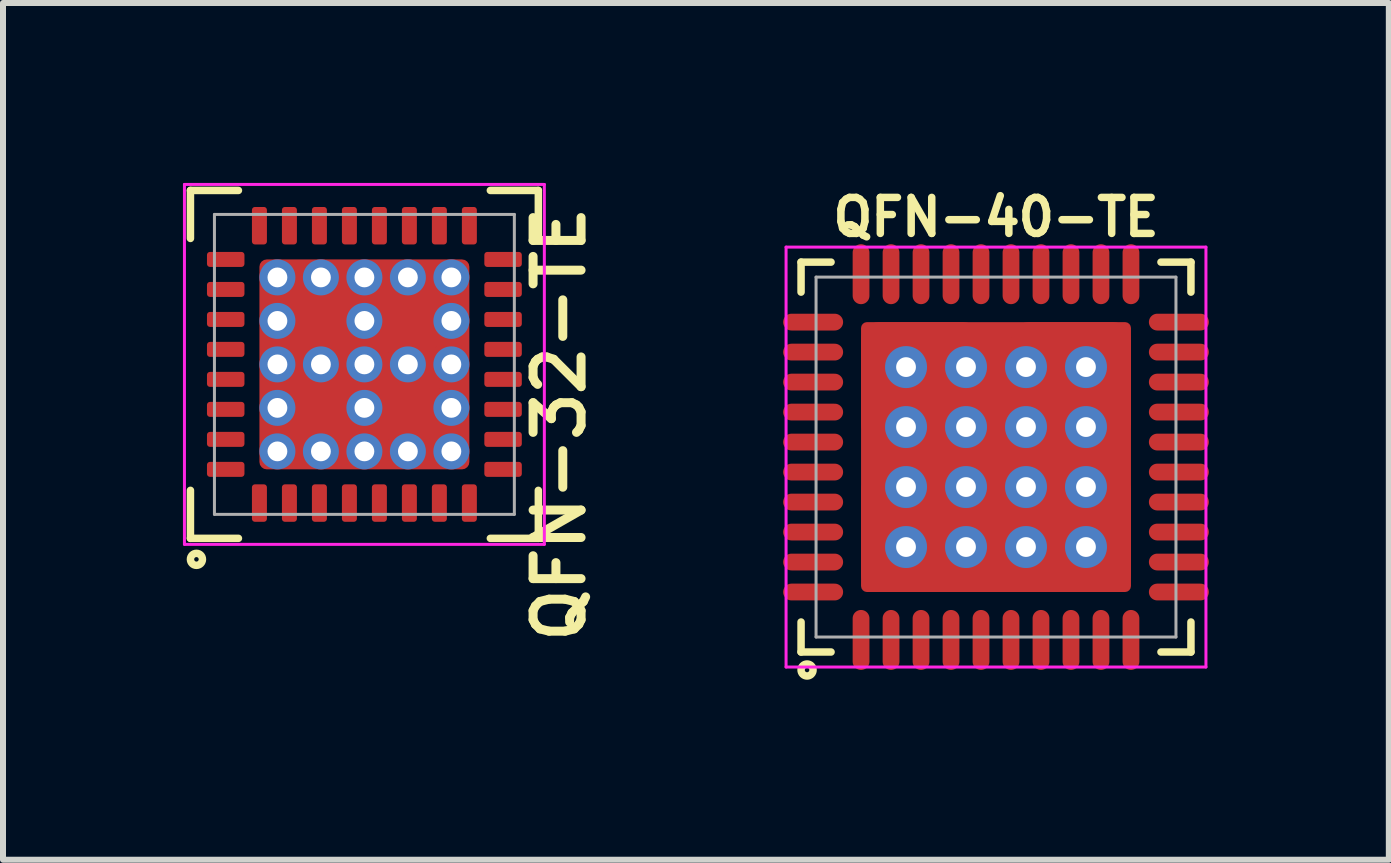
<source format=kicad_pcb>
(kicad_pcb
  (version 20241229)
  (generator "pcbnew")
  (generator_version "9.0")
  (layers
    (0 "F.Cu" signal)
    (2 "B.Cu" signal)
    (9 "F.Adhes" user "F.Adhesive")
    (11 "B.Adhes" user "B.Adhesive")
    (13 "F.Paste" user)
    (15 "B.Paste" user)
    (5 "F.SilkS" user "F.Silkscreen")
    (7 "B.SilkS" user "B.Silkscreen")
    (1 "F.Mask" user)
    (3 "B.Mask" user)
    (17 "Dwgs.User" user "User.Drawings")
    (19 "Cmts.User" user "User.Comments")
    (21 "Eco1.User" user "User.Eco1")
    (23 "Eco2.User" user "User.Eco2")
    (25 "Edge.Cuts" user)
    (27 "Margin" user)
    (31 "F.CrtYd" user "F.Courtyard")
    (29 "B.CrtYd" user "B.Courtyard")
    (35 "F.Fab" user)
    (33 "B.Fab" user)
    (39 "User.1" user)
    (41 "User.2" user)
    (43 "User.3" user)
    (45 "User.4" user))
  (footprint "QFN-40-TE"
    (layer "F.Cu")
    (at 13.555 4.57)
    (property "Reference" "QFN-40-TE" (at 0 -4 0) (layer "F.SilkS") (effects (font (size 0.6 0.6) (thickness 0.125))))
    (attr smd)
    (fp_line (start -3.25 -3.25) (end -2.75 -3.25) (stroke (width 0.125) (type solid)) (layer "F.SilkS"))
    (fp_line (start -3.25 -2.75) (end -3.25 -3.25) (stroke (width 0.125) (type solid)) (layer "F.SilkS"))
    (fp_line (start -3.25 3.25) (end -3.25 2.75) (stroke (width 0.125) (type solid)) (layer "F.SilkS"))
    (fp_line (start -2.75 3.25) (end -3.25 3.25) (stroke (width 0.125) (type solid)) (layer "F.SilkS"))
    (fp_line (start 2.75 -3.25) (end 3.25 -3.25) (stroke (width 0.125) (type solid)) (layer "F.SilkS"))
    (fp_line (start 3.25 -3.25) (end 3.25 -2.75) (stroke (width 0.125) (type solid)) (layer "F.SilkS"))
    (fp_line (start 3.25 2.75) (end 3.25 3.25) (stroke (width 0.125) (type solid)) (layer "F.SilkS"))
    (fp_line (start 3.25 3.25) (end 2.75 3.25) (stroke (width 0.125) (type solid)) (layer "F.SilkS"))
    (fp_circle (center -3.15 3.55) (end -3.25 3.55) (stroke (width 0.125) (type solid)) (fill no) (layer "F.SilkS"))
    (fp_line (start -3.5 -3.5) (end 3.5 -3.5) (stroke (width 0.05) (type solid)) (layer "F.CrtYd"))
    (fp_line (start -3.5 3.5) (end -3.5 -3.5) (stroke (width 0.05) (type solid)) (layer "F.CrtYd"))
    (fp_line (start 3.5 -3.5) (end 3.5 3.5) (stroke (width 0.05) (type solid)) (layer "F.CrtYd"))
    (fp_line (start 3.5 3.5) (end -3.5 3.5) (stroke (width 0.05) (type solid)) (layer "F.CrtYd"))
    (fp_line (start -3 -3) (end 3 -3) (stroke (width 0.05) (type solid)) (layer "F.Fab"))
    (fp_line (start -3 3) (end -3 -3) (stroke (width 0.05) (type solid)) (layer "F.Fab"))
    (fp_line (start 3 -3) (end 3 3) (stroke (width 0.05) (type solid)) (layer "F.Fab"))
    (fp_line (start 3 3) (end -3 3) (stroke (width 0.05) (type solid)) (layer "F.Fab"))
    (pad "1" smd oval (at -2.25 3.049) (size 0.28 1) (layers "F.Cu" "F.Mask" "F.Paste"))
    (pad "2" smd oval (at -1.75 3.049) (size 0.28 1) (layers "F.Cu" "F.Mask" "F.Paste"))
    (pad "3" smd oval (at -1.25 3.049) (size 0.28 1) (layers "F.Cu" "F.Mask" "F.Paste"))
    (pad "4" smd oval (at -0.75 3.049) (size 0.28 1) (layers "F.Cu" "F.Mask" "F.Paste"))
    (pad "5" smd oval (at -0.25 3.049) (size 0.28 1) (layers "F.Cu" "F.Mask" "F.Paste"))
    (pad "6" smd oval (at 0.25 3.049) (size 0.28 1) (layers "F.Cu" "F.Mask" "F.Paste"))
    (pad "7" smd oval (at 0.75 3.049) (size 0.28 1) (layers "F.Cu" "F.Mask" "F.Paste"))
    (pad "8" smd oval (at 1.25 3.049) (size 0.28 1) (layers "F.Cu" "F.Mask" "F.Paste"))
    (pad "9" smd oval (at 1.75 3.049) (size 0.28 1) (layers "F.Cu" "F.Mask" "F.Paste"))
    (pad "10" smd oval (at 2.25 3.049) (size 0.28 1) (layers "F.Cu" "F.Mask" "F.Paste"))
    (pad "11" smd oval (at 3.049 2.25 90) (size 0.28 1) (layers "F.Cu" "F.Mask" "F.Paste"))
    (pad "12" smd oval (at 3.049 1.75 90) (size 0.28 1) (layers "F.Cu" "F.Mask" "F.Paste"))
    (pad "13" smd oval (at 3.049 1.25 90) (size 0.28 1) (layers "F.Cu" "F.Mask" "F.Paste"))
    (pad "14" smd oval (at 3.049 0.75 90) (size 0.28 1) (layers "F.Cu" "F.Mask" "F.Paste"))
    (pad "15" smd oval (at 3.049 0.25 90) (size 0.28 1) (layers "F.Cu" "F.Mask" "F.Paste"))
    (pad "16" smd oval (at 3.049 -0.25 90) (size 0.28 1) (layers "F.Cu" "F.Mask" "F.Paste"))
    (pad "17" smd oval (at 3.049 -0.75 90) (size 0.28 1) (layers "F.Cu" "F.Mask" "F.Paste"))
    (pad "18" smd oval (at 3.049 -1.25 90) (size 0.28 1) (layers "F.Cu" "F.Mask" "F.Paste"))
    (pad "19" smd oval (at 3.049 -1.75 90) (size 0.28 1) (layers "F.Cu" "F.Mask" "F.Paste"))
    (pad "20" smd oval (at 3.049 -2.25 90) (size 0.28 1) (layers "F.Cu" "F.Mask" "F.Paste"))
    (pad "21" smd oval (at 2.25 -3.049) (size 0.28 1) (layers "F.Cu" "F.Mask" "F.Paste"))
    (pad "22" smd oval (at 1.75 -3.049) (size 0.28 1) (layers "F.Cu" "F.Mask" "F.Paste"))
    (pad "23" smd oval (at 1.25 -3.049) (size 0.28 1) (layers "F.Cu" "F.Mask" "F.Paste"))
    (pad "24" smd oval (at 0.75 -3.049) (size 0.28 1) (layers "F.Cu" "F.Mask" "F.Paste"))
    (pad "25" smd oval (at 0.25 -3.049) (size 0.28 1) (layers "F.Cu" "F.Mask" "F.Paste"))
    (pad "26" smd oval (at -0.25 -3.049) (size 0.28 1) (layers "F.Cu" "F.Mask" "F.Paste"))
    (pad "27" smd oval (at -0.75 -3.049) (size 0.28 1) (layers "F.Cu" "F.Mask" "F.Paste"))
    (pad "28" smd oval (at -1.25 -3.049) (size 0.28 1) (layers "F.Cu" "F.Mask" "F.Paste"))
    (pad "29" smd oval (at -1.75 -3.049) (size 0.28 1) (layers "F.Cu" "F.Mask" "F.Paste"))
    (pad "30" smd oval (at -2.25 -3.049) (size 0.28 1) (layers "F.Cu" "F.Mask" "F.Paste"))
    (pad "31" smd oval (at -3.049 -2.25 90) (size 0.28 1) (layers "F.Cu" "F.Mask" "F.Paste"))
    (pad "32" smd oval (at -3.049 -1.75 90) (size 0.28 1) (layers "F.Cu" "F.Mask" "F.Paste"))
    (pad "33" smd oval (at -3.049 -1.25 90) (size 0.28 1) (layers "F.Cu" "F.Mask" "F.Paste"))
    (pad "34" smd oval (at -3.049 -0.75 90) (size 0.28 1) (layers "F.Cu" "F.Mask" "F.Paste"))
    (pad "35" smd oval (at -3.049 -0.25 90) (size 0.28 1) (layers "F.Cu" "F.Mask" "F.Paste"))
    (pad "36" smd oval (at -3.049 0.25 90) (size 0.28 1) (layers "F.Cu" "F.Mask" "F.Paste"))
    (pad "37" smd oval (at -3.049 0.75 90) (size 0.28 1) (layers "F.Cu" "F.Mask" "F.Paste"))
    (pad "38" smd oval (at -3.049 1.25 90) (size 0.28 1) (layers "F.Cu" "F.Mask" "F.Paste"))
    (pad "39" smd oval (at -3.049 1.75 90) (size 0.28 1) (layers "F.Cu" "F.Mask" "F.Paste"))
    (pad "40" smd oval (at -3.049 2.25 90) (size 0.28 1) (layers "F.Cu" "F.Mask" "F.Paste"))
    (pad "41" thru_hole circle (at -1.5 -1.5) (size 0.7 0.7) (drill 0.33) (layers "*.Cu"))
    (pad "41" thru_hole circle (at -1.5 -0.5) (size 0.7 0.7) (drill 0.33) (layers "*.Cu"))
    (pad "41" thru_hole circle (at -1.5 0.5) (size 0.7 0.7) (drill 0.33) (layers "*.Cu"))
    (pad "41" thru_hole circle (at -1.5 1.5) (size 0.7 0.7) (drill 0.33) (layers "*.Cu"))
    (pad "41" smd roundrect (at -1.25 -1.25) (size 2 2) (layers "F.Cu" "F.Paste") (roundrect_rratio 0.15))
    (pad "41" smd roundrect (at -1.25 1.25) (size 2 2) (layers "F.Cu" "F.Paste") (roundrect_rratio 0.15))
    (pad "41" thru_hole circle (at -0.5 -1.5) (size 0.7 0.7) (drill 0.33) (layers "*.Cu"))
    (pad "41" thru_hole circle (at -0.5 -0.5) (size 0.7 0.7) (drill 0.33) (layers "*.Cu"))
    (pad "41" thru_hole circle (at -0.5 0.5) (size 0.7 0.7) (drill 0.33) (layers "*.Cu"))
    (pad "41" thru_hole circle (at -0.5 1.5) (size 0.7 0.7) (drill 0.33) (layers "*.Cu"))
    (pad "41" smd roundrect (at 0 0) (size 4.5 4.5) (layers "F.Cu" "F.Mask") (roundrect_rratio 0.022))
    (pad "41" thru_hole circle (at 0.5 -1.5) (size 0.7 0.7) (drill 0.33) (layers "*.Cu"))
    (pad "41" thru_hole circle (at 0.5 -0.5) (size 0.7 0.7) (drill 0.33) (layers "*.Cu"))
    (pad "41" thru_hole circle (at 0.5 0.5) (size 0.7 0.7) (drill 0.33) (layers "*.Cu"))
    (pad "41" thru_hole circle (at 0.5 1.5) (size 0.7 0.7) (drill 0.33) (layers "*.Cu"))
    (pad "41" smd roundrect (at 1.25 -1.25) (size 2 2) (layers "F.Cu" "F.Paste") (roundrect_rratio 0.15))
    (pad "41" smd roundrect (at 1.25 1.25) (size 2 2) (layers "F.Cu" "F.Paste") (roundrect_rratio 0.15))
    (pad "41" thru_hole circle (at 1.5 -1.5) (size 0.7 0.7) (drill 0.33) (layers "*.Cu"))
    (pad "41" thru_hole circle (at 1.5 -0.5) (size 0.7 0.7) (drill 0.33) (layers "*.Cu"))
    (pad "41" thru_hole circle (at 1.5 0.5) (size 0.7 0.7) (drill 0.33) (layers "*.Cu"))
    (pad "41" thru_hole circle (at 1.5 1.5) (size 0.7 0.7) (drill 0.33) (layers "*.Cu")))
  (footprint "QFN-32-TE"
    (layer "F.Cu")
    (at 3.025 3.025)
    (property "Reference" "QFN-32-TE" (at 3.25 1 90) (layer "F.SilkS") (effects (font (size 0.8 0.8) (thickness 0.15))))
    (attr smd)
    (fp_line (start -2.9 -2.9) (end -2.9 -2.1) (stroke (width 0.125) (type solid)) (layer "F.SilkS"))
    (fp_line (start -2.9 2.9) (end -2.9 2.1) (stroke (width 0.125) (type solid)) (layer "F.SilkS"))
    (fp_line (start -2.1 -2.9) (end -2.9 -2.9) (stroke (width 0.125) (type solid)) (layer "F.SilkS"))
    (fp_line (start -2.1 2.9) (end -2.9 2.9) (stroke (width 0.125) (type solid)) (layer "F.SilkS"))
    (fp_line (start 2.1 -2.9) (end 2.9 -2.9) (stroke (width 0.125) (type solid)) (layer "F.SilkS"))
    (fp_line (start 2.9 -2.9) (end 2.9 -2.1) (stroke (width 0.125) (type solid)) (layer "F.SilkS"))
    (fp_line (start 2.9 2.1) (end 2.9 2.9) (stroke (width 0.125) (type solid)) (layer "F.SilkS"))
    (fp_line (start 2.9 2.9) (end 2.1 2.9) (stroke (width 0.125) (type solid)) (layer "F.SilkS"))
    (fp_circle (center -2.8 3.25) (end -2.9 3.25) (stroke (width 0.125) (type solid)) (fill no) (layer "F.SilkS"))
    (fp_line (start -3 -3) (end 3 -3) (stroke (width 0.05) (type solid)) (layer "F.CrtYd"))
    (fp_line (start -3 3) (end -3 -3) (stroke (width 0.05) (type solid)) (layer "F.CrtYd"))
    (fp_line (start 3 -3) (end 3 3) (stroke (width 0.05) (type solid)) (layer "F.CrtYd"))
    (fp_line (start 3 3) (end -3 3) (stroke (width 0.05) (type solid)) (layer "F.CrtYd"))
    (fp_line (start -2.5 -2.5) (end 2.5 -2.5) (stroke (width 0.05) (type solid)) (layer "F.Fab"))
    (fp_line (start -2.5 2.5) (end -2.5 -2.5) (stroke (width 0.05) (type solid)) (layer "F.Fab"))
    (fp_line (start 2.5 -2.5) (end 2.5 2.5) (stroke (width 0.05) (type solid)) (layer "F.Fab"))
    (fp_line (start 2.5 2.5) (end -2.5 2.5) (stroke (width 0.05) (type solid)) (layer "F.Fab"))
    (pad "" smd oval (at -2.4 -1.75 90) (size 0.25 0.45) (layers "F.Paste"))
    (pad "" smd oval (at -2.4 -1.25 90) (size 0.25 0.45) (layers "F.Paste"))
    (pad "" smd oval (at -2.4 -0.75 90) (size 0.25 0.45) (layers "F.Paste"))
    (pad "" smd oval (at -2.4 -0.25 90) (size 0.25 0.45) (layers "F.Paste"))
    (pad "" smd oval (at -2.4 0.25 90) (size 0.25 0.45) (layers "F.Paste"))
    (pad "" smd oval (at -2.4 0.75 90) (size 0.25 0.45) (layers "F.Paste"))
    (pad "" smd oval (at -2.4 1.25 90) (size 0.25 0.45) (layers "F.Paste"))
    (pad "" smd oval (at -2.4 1.75 90) (size 0.25 0.45) (layers "F.Paste"))
    (pad "" smd oval (at -1.75 -2.4) (size 0.25 0.45) (layers "F.Paste"))
    (pad "" smd oval (at -1.75 2.4) (size 0.25 0.45) (layers "F.Paste"))
    (pad "" smd oval (at -1.25 -2.4) (size 0.25 0.45) (layers "F.Paste"))
    (pad "" smd oval (at -1.25 2.4) (size 0.25 0.45) (layers "F.Paste"))
    (pad "" smd oval (at -0.75 -2.4) (size 0.25 0.45) (layers "F.Paste"))
    (pad "" smd oval (at -0.75 2.4) (size 0.25 0.45) (layers "F.Paste"))
    (pad "" smd oval (at -0.25 -2.4) (size 0.25 0.45) (layers "F.Paste"))
    (pad "" smd oval (at -0.25 2.4) (size 0.25 0.45) (layers "F.Paste"))
    (pad "" smd oval (at 0.25 -2.4) (size 0.25 0.45) (layers "F.Paste"))
    (pad "" smd oval (at 0.25 2.4) (size 0.25 0.45) (layers "F.Paste"))
    (pad "" smd oval (at 0.75 -2.4) (size 0.25 0.45) (layers "F.Paste"))
    (pad "" smd oval (at 0.75 2.4) (size 0.25 0.45) (layers "F.Paste"))
    (pad "" smd oval (at 1.25 -2.4) (size 0.25 0.45) (layers "F.Paste"))
    (pad "" smd oval (at 1.25 2.4) (size 0.25 0.45) (layers "F.Paste"))
    (pad "" smd oval (at 1.75 -2.4) (size 0.25 0.45) (layers "F.Paste"))
    (pad "" smd oval (at 1.75 2.4) (size 0.25 0.45) (layers "F.Paste"))
    (pad "" smd oval (at 2.4 -1.75 90) (size 0.25 0.45) (layers "F.Paste"))
    (pad "" smd oval (at 2.4 -1.25 90) (size 0.25 0.45) (layers "F.Paste"))
    (pad "" smd oval (at 2.4 -0.75 90) (size 0.25 0.45) (layers "F.Paste"))
    (pad "" smd oval (at 2.4 -0.25 90) (size 0.25 0.45) (layers "F.Paste"))
    (pad "" smd oval (at 2.4 0.25 90) (size 0.25 0.45) (layers "F.Paste"))
    (pad "" smd oval (at 2.4 0.75 90) (size 0.25 0.45) (layers "F.Paste"))
    (pad "" smd oval (at 2.4 1.25 90) (size 0.25 0.45) (layers "F.Paste"))
    (pad "" smd oval (at 2.4 1.75 90) (size 0.25 0.45) (layers "F.Paste"))
    (pad "1" smd roundrect (at -1.75 2.312) (size 0.25 0.625) (layers "F.Cu" "F.Mask") (roundrect_rratio 0.2))
    (pad "2" smd roundrect (at -1.25 2.312) (size 0.25 0.625) (layers "F.Cu" "F.Mask") (roundrect_rratio 0.2))
    (pad "3" smd roundrect (at -0.75 2.312) (size 0.25 0.625) (layers "F.Cu" "F.Mask") (roundrect_rratio 0.2))
    (pad "4" smd roundrect (at -0.25 2.312) (size 0.25 0.625) (layers "F.Cu" "F.Mask") (roundrect_rratio 0.2))
    (pad "5" smd roundrect (at 0.25 2.312) (size 0.25 0.625) (layers "F.Cu" "F.Mask") (roundrect_rratio 0.2))
    (pad "6" smd roundrect (at 0.75 2.312) (size 0.25 0.625) (layers "F.Cu" "F.Mask") (roundrect_rratio 0.2))
    (pad "7" smd roundrect (at 1.25 2.312) (size 0.25 0.625) (layers "F.Cu" "F.Mask") (roundrect_rratio 0.2))
    (pad "8" smd roundrect (at 1.75 2.312) (size 0.25 0.625) (layers "F.Cu" "F.Mask") (roundrect_rratio 0.2))
    (pad "9" smd roundrect (at 2.312 1.75 90) (size 0.25 0.625) (layers "F.Cu" "F.Mask") (roundrect_rratio 0.2))
    (pad "10" smd roundrect (at 2.312 1.25 90) (size 0.25 0.625) (layers "F.Cu" "F.Mask") (roundrect_rratio 0.2))
    (pad "11" smd roundrect (at 2.312 0.75 90) (size 0.25 0.625) (layers "F.Cu" "F.Mask") (roundrect_rratio 0.2))
    (pad "12" smd roundrect (at 2.312 0.25 90) (size 0.25 0.625) (layers "F.Cu" "F.Mask") (roundrect_rratio 0.2))
    (pad "13" smd roundrect (at 2.312 -0.25 90) (size 0.25 0.625) (layers "F.Cu" "F.Mask") (roundrect_rratio 0.2))
    (pad "14" smd roundrect (at 2.312 -0.75 90) (size 0.25 0.625) (layers "F.Cu" "F.Mask") (roundrect_rratio 0.2))
    (pad "15" smd roundrect (at 2.312 -1.25 90) (size 0.25 0.625) (layers "F.Cu" "F.Mask") (roundrect_rratio 0.2))
    (pad "16" smd roundrect (at 2.312 -1.75 90) (size 0.25 0.625) (layers "F.Cu" "F.Mask") (roundrect_rratio 0.2))
    (pad "17" smd roundrect (at 1.75 -2.312) (size 0.25 0.625) (layers "F.Cu" "F.Mask") (roundrect_rratio 0.2))
    (pad "18" smd roundrect (at 1.25 -2.312) (size 0.25 0.625) (layers "F.Cu" "F.Mask") (roundrect_rratio 0.2))
    (pad "19" smd roundrect (at 0.75 -2.312) (size 0.25 0.625) (layers "F.Cu" "F.Mask") (roundrect_rratio 0.2))
    (pad "20" smd roundrect (at 0.25 -2.312) (size 0.25 0.625) (layers "F.Cu" "F.Mask") (roundrect_rratio 0.2))
    (pad "21" smd roundrect (at -0.25 -2.312) (size 0.25 0.625) (layers "F.Cu" "F.Mask") (roundrect_rratio 0.2))
    (pad "22" smd roundrect (at -0.75 -2.312) (size 0.25 0.625) (layers "F.Cu" "F.Mask") (roundrect_rratio 0.2))
    (pad "23" smd roundrect (at -1.25 -2.312) (size 0.25 0.625) (layers "F.Cu" "F.Mask") (roundrect_rratio 0.2))
    (pad "24" smd roundrect (at -1.75 -2.312) (size 0.25 0.625) (layers "F.Cu" "F.Mask") (roundrect_rratio 0.2))
    (pad "25" smd roundrect (at -2.312 -1.75 90) (size 0.25 0.625) (layers "F.Cu" "F.Mask") (roundrect_rratio 0.2))
    (pad "26" smd roundrect (at -2.312 -1.25 90) (size 0.25 0.625) (layers "F.Cu" "F.Mask") (roundrect_rratio 0.2))
    (pad "27" smd roundrect (at -2.312 -0.75 90) (size 0.25 0.625) (layers "F.Cu" "F.Mask") (roundrect_rratio 0.2))
    (pad "28" smd roundrect (at -2.312 -0.25 90) (size 0.25 0.625) (layers "F.Cu" "F.Mask") (roundrect_rratio 0.2))
    (pad "29" smd roundrect (at -2.312 0.25 90) (size 0.25 0.625) (layers "F.Cu" "F.Mask") (roundrect_rratio 0.2))
    (pad "30" smd roundrect (at -2.312 0.75 90) (size 0.25 0.625) (layers "F.Cu" "F.Mask") (roundrect_rratio 0.2))
    (pad "31" smd roundrect (at -2.312 1.25 90) (size 0.25 0.625) (layers "F.Cu" "F.Mask") (roundrect_rratio 0.2))
    (pad "32" smd roundrect (at -2.312 1.75 90) (size 0.25 0.625) (layers "F.Cu" "F.Mask") (roundrect_rratio 0.2))
    (pad "33" thru_hole circle (at -1.45 -1.45) (size 0.6 0.6) (drill 0.33) (layers "*.Cu" "F.Mask"))
    (pad "33" thru_hole circle (at -1.45 -0.725) (size 0.6 0.6) (drill 0.33) (layers "*.Cu" "F.Mask"))
    (pad "33" thru_hole circle (at -1.45 0) (size 0.6 0.6) (drill 0.33) (layers "*.Cu" "F.Mask"))
    (pad "33" thru_hole circle (at -1.45 0.725) (size 0.6 0.6) (drill 0.33) (layers "*.Cu" "F.Mask"))
    (pad "33" thru_hole circle (at -1.45 1.45) (size 0.6 0.6) (drill 0.33) (layers "*.Cu" "F.Mask"))
    (pad "33" thru_hole circle (at -0.725 -1.45) (size 0.6 0.6) (drill 0.33) (layers "*.Cu" "F.Mask"))
    (pad "33" smd roundrect (at -0.725 -0.725) (size 1.1 1.1) (layers "F.Cu" "F.Paste") (roundrect_rratio 0.3))
    (pad "33" smd roundrect (at -0.725 0.725) (size 1.1 1.1) (layers "F.Cu" "F.Paste") (roundrect_rratio 0.3))
    (pad "33" thru_hole circle (at -0.725 1.45) (size 0.6 0.6) (drill 0.33) (layers "*.Cu" "F.Mask"))
    (pad "33" thru_hole circle (at -0.725 0) (size 0.6 0.6) (drill 0.33) (layers "*.Cu" "F.Mask"))
    (pad "33" thru_hole circle (at 0 -1.45) (size 0.6 0.6) (drill 0.33) (layers "*.Cu" "F.Mask"))
    (pad "33" thru_hole circle (at 0 -0.725) (size 0.6 0.6) (drill 0.33) (layers "*.Cu" "F.Mask"))
    (pad "33" thru_hole circle (at 0 0) (size 0.6 0.6) (drill 0.33) (layers "*.Cu" "F.Mask"))
    (pad "33" smd roundrect (at 0 0) (size 3.5 3.5) (layers "F.Cu" "F.Mask") (roundrect_rratio 0.035))
    (pad "33" thru_hole circle (at 0 0.725) (size 0.6 0.6) (drill 0.33) (layers "*.Cu" "F.Mask"))
    (pad "33" thru_hole circle (at 0 1.45) (size 0.6 0.6) (drill 0.33) (layers "*.Cu" "F.Mask"))
    (pad "33" thru_hole circle (at 0.725 0) (size 0.6 0.6) (drill 0.33) (layers "*.Cu" "F.Mask"))
    (pad "33" thru_hole circle (at 0.725 -1.45) (size 0.6 0.6) (drill 0.33) (layers "*.Cu" "F.Mask"))
    (pad "33" smd roundrect (at 0.725 -0.725) (size 1.1 1.1) (layers "F.Cu" "F.Paste") (roundrect_rratio 0.3))
    (pad "33" smd roundrect (at 0.725 0.725) (size 1.1 1.1) (layers "F.Cu" "F.Paste") (roundrect_rratio 0.3))
    (pad "33" thru_hole circle (at 0.725 1.45) (size 0.6 0.6) (drill 0.33) (layers "*.Cu" "F.Mask"))
    (pad "33" thru_hole circle (at 1.45 -1.45) (size 0.6 0.6) (drill 0.33) (layers "*.Cu" "F.Mask"))
    (pad "33" thru_hole circle (at 1.45 -0.725) (size 0.6 0.6) (drill 0.33) (layers "*.Cu" "F.Mask"))
    (pad "33" thru_hole circle (at 1.45 0) (size 0.6 0.6) (drill 0.33) (layers "*.Cu" "F.Mask"))
    (pad "33" thru_hole circle (at 1.45 0.725) (size 0.6 0.6) (drill 0.33) (layers "*.Cu" "F.Mask"))
    (pad "33" thru_hole circle (at 1.45 1.45) (size 0.6 0.6) (drill 0.33) (layers "*.Cu" "F.Mask")))
  (gr_rect
    (start -3 -3)
    (end 20.104 11.283)
    (stroke (width 0.1) (type default))
    (fill no)
    (layer "Edge.Cuts")))
</source>
